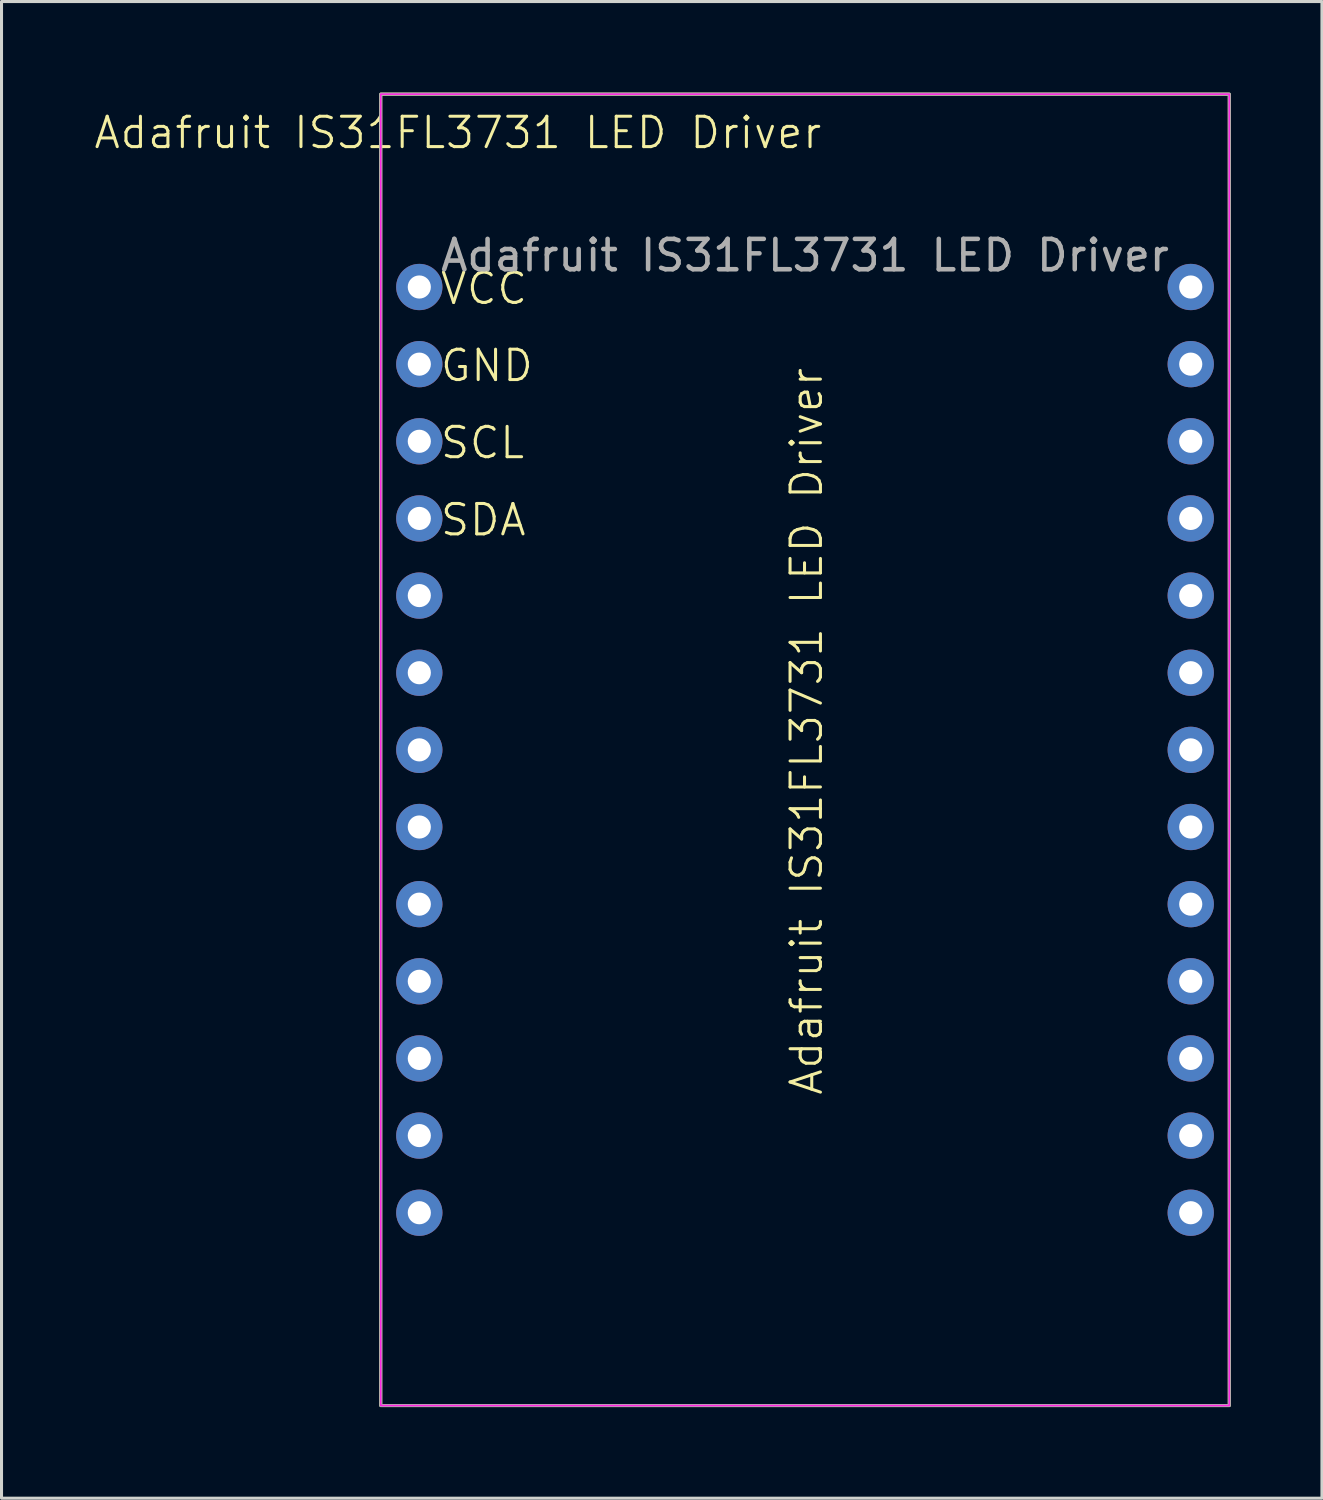
<source format=kicad_pcb>
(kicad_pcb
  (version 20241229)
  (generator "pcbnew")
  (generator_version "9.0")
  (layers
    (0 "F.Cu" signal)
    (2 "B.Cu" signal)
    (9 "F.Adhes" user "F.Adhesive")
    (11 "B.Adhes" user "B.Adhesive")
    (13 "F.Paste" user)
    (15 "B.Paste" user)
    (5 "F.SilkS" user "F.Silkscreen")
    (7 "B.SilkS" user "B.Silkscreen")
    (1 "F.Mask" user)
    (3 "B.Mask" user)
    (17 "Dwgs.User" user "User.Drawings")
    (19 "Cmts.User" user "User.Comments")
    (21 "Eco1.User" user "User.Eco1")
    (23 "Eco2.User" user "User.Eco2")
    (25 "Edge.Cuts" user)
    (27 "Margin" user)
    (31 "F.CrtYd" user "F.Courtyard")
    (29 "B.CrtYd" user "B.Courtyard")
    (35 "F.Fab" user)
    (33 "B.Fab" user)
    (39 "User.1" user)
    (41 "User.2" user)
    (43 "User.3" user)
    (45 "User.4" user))
  (footprint "Adafruit IS31FL3731 LED Driver"
    (layer "F.Cu")
    (at 23.456 20.37)
    (property "Reference" "Adafruit IS31FL3731 LED Driver" (at -11.43 -19.05 0) (unlocked yes) (layer "F.SilkS") (effects (font (size 1 1) (thickness 0.1))))
    (attr through_hole)
    (fp_rect (start -13.97 -20.32) (end 13.97 22.86) (stroke (width 0.05) (type default)) (fill no) (layer "F.CrtYd"))
    (fp_rect (start -13.97 -20.32) (end 13.97 22.86) (stroke (width 0.1) (type default)) (fill no) (layer "F.Fab"))
    (fp_text user "VCC" (at -12.065 -13.335 0) (unlocked yes) (layer "F.SilkS") (effects (font (size 1 1) (thickness 0.1)) (justify left bottom)))
    (fp_text user "Adafruit IS31FL3731 LED Driver" (at 0.635 12.7 90) (unlocked yes) (layer "F.SilkS") (effects (font (size 1 1) (thickness 0.1)) (justify left bottom)))
    (fp_text user "SCL" (at -12.065 -8.255 0) (unlocked yes) (layer "F.SilkS") (effects (font (size 1 1) (thickness 0.1)) (justify left bottom)))
    (fp_text user "SDA" (at -12.065 -5.715 0) (unlocked yes) (layer "F.SilkS") (effects (font (size 1 1) (thickness 0.1)) (justify left bottom)))
    (fp_text user "GND" (at -12.065 -10.795 0) (unlocked yes) (layer "F.SilkS") (effects (font (size 1 1) (thickness 0.1)) (justify left bottom)))
    (fp_text user "${REFERENCE}" (at 0 -15.01 0) (unlocked yes) (layer "F.Fab") (effects (font (size 1 1) (thickness 0.15))))
    (fp_text_box "" (start -13.97 -20.32) (end 13.97 22.86) (margins 0.8 0.8 0.8 0.8) (layer "F.SilkS") (effects (font (size 1 1) (thickness 0.1)) (justify left top mirror)) (border yes) (stroke (width 0.1) (type solid)))
    (pad "1" thru_hole circle (at -12.7 -13.97) (size 1.524 1.524) (drill 0.762) (layers "*.Cu" "*.Mask"))
    (pad "2" thru_hole circle (at -12.7 -11.43) (size 1.524 1.524) (drill 0.762) (layers "*.Cu" "*.Mask"))
    (pad "3" thru_hole circle (at -12.7 -8.89) (size 1.524 1.524) (drill 0.762) (layers "*.Cu" "*.Mask"))
    (pad "4" thru_hole circle (at -12.7 -6.35) (size 1.524 1.524) (drill 0.762) (layers "*.Cu" "*.Mask"))
    (pad "5" thru_hole circle (at -12.7 -3.81) (size 1.524 1.524) (drill 0.762) (layers "*.Cu" "*.Mask"))
    (pad "6" thru_hole circle (at -12.7 -1.27) (size 1.524 1.524) (drill 0.762) (layers "*.Cu" "*.Mask"))
    (pad "7" thru_hole circle (at -12.7 1.27) (size 1.524 1.524) (drill 0.762) (layers "*.Cu" "*.Mask"))
    (pad "8" thru_hole circle (at -12.7 3.81) (size 1.524 1.524) (drill 0.762) (layers "*.Cu" "*.Mask"))
    (pad "9" thru_hole circle (at -12.7 6.35) (size 1.524 1.524) (drill 0.762) (layers "*.Cu" "*.Mask"))
    (pad "10" thru_hole circle (at -12.7 8.89) (size 1.524 1.524) (drill 0.762) (layers "*.Cu" "*.Mask"))
    (pad "11" thru_hole circle (at -12.7 11.43) (size 1.524 1.524) (drill 0.762) (layers "*.Cu" "*.Mask"))
    (pad "12" thru_hole circle (at -12.7 13.97) (size 1.524 1.524) (drill 0.762) (layers "*.Cu" "*.Mask"))
    (pad "13" thru_hole circle (at -12.7 16.51) (size 1.524 1.524) (drill 0.762) (layers "*.Cu" "*.Mask"))
    (pad "14" thru_hole circle (at 12.7 16.51) (size 1.524 1.524) (drill 0.762) (layers "*.Cu" "*.Mask"))
    (pad "15" thru_hole circle (at 12.7 13.97) (size 1.524 1.524) (drill 0.762) (layers "*.Cu" "*.Mask"))
    (pad "16" thru_hole circle (at 12.7 11.43) (size 1.524 1.524) (drill 0.762) (layers "*.Cu" "*.Mask"))
    (pad "17" thru_hole circle (at 12.7 8.89) (size 1.524 1.524) (drill 0.762) (layers "*.Cu" "*.Mask"))
    (pad "18" thru_hole circle (at 12.7 6.35) (size 1.524 1.524) (drill 0.762) (layers "*.Cu" "*.Mask"))
    (pad "19" thru_hole circle (at 12.7 3.81) (size 1.524 1.524) (drill 0.762) (layers "*.Cu" "*.Mask"))
    (pad "20" thru_hole circle (at 12.7 1.27) (size 1.524 1.524) (drill 0.762) (layers "*.Cu" "*.Mask"))
    (pad "21" thru_hole circle (at 12.7 -1.27) (size 1.524 1.524) (drill 0.762) (layers "*.Cu" "*.Mask"))
    (pad "22" thru_hole circle (at 12.7 -3.81) (size 1.524 1.524) (drill 0.762) (layers "*.Cu" "*.Mask"))
    (pad "23" thru_hole circle (at 12.7 -6.35) (size 1.524 1.524) (drill 0.762) (layers "*.Cu" "*.Mask"))
    (pad "24" thru_hole circle (at 12.7 -8.89) (size 1.524 1.524) (drill 0.762) (layers "*.Cu" "*.Mask"))
    (pad "25" thru_hole circle (at 12.7 -11.43) (size 1.524 1.524) (drill 0.762) (layers "*.Cu" "*.Mask"))
    (pad "26" thru_hole circle (at 12.7 -13.97) (size 1.524 1.524) (drill 0.762) (layers "*.Cu" "*.Mask")))
  (gr_rect
    (start -3 -3)
    (end 40.476 46.28)
    (stroke (width 0.1) (type default))
    (fill no)
    (layer "Edge.Cuts")))
</source>
